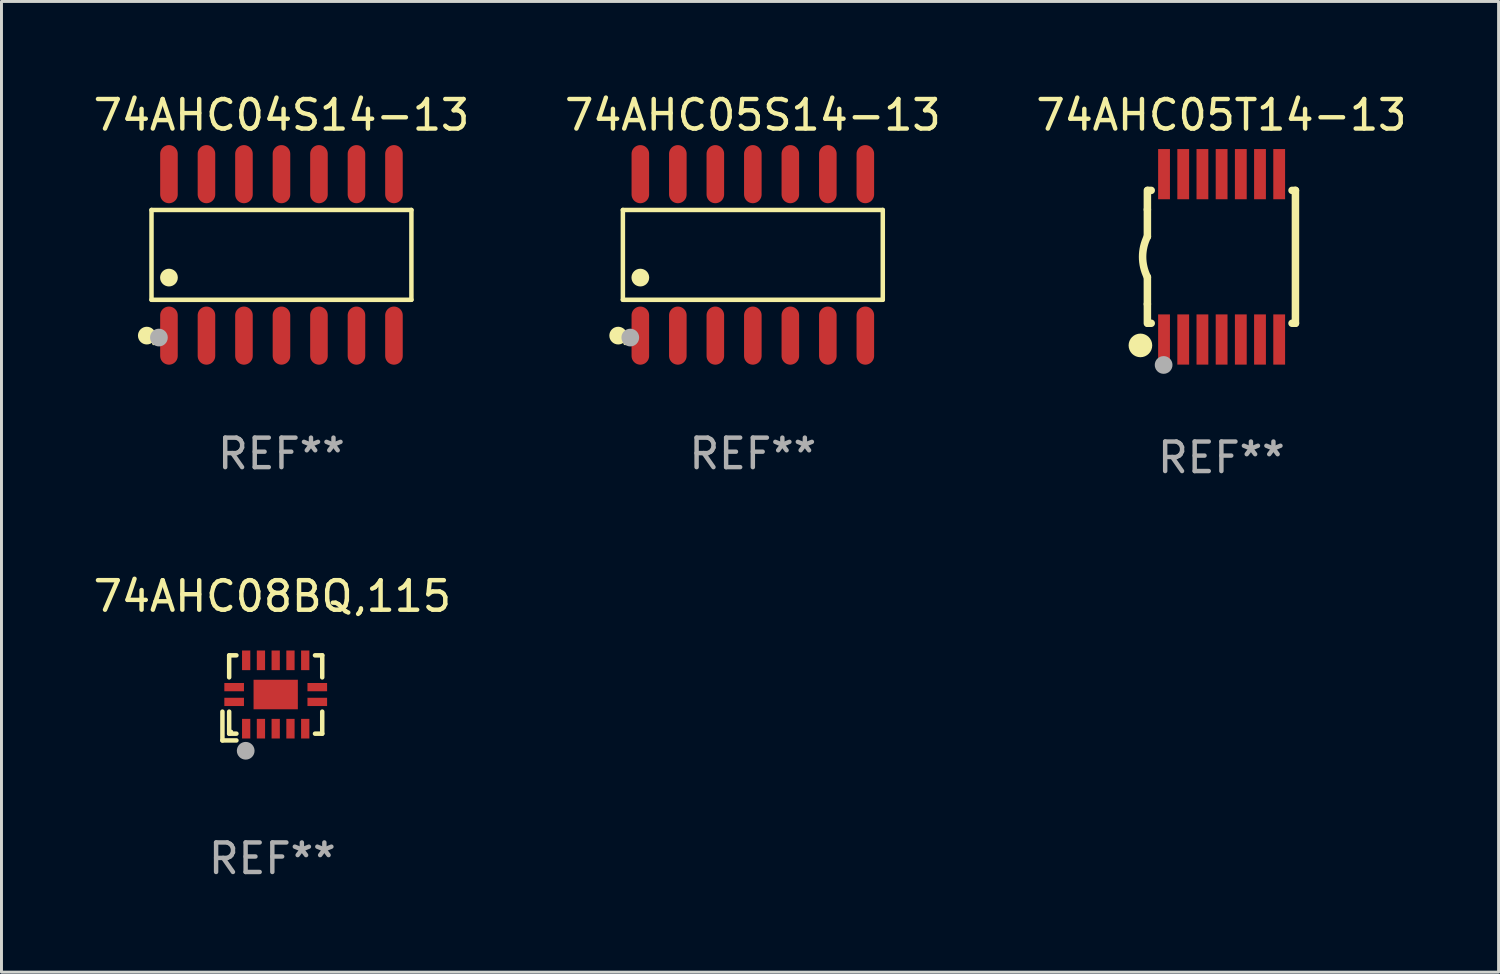
<source format=kicad_pcb>
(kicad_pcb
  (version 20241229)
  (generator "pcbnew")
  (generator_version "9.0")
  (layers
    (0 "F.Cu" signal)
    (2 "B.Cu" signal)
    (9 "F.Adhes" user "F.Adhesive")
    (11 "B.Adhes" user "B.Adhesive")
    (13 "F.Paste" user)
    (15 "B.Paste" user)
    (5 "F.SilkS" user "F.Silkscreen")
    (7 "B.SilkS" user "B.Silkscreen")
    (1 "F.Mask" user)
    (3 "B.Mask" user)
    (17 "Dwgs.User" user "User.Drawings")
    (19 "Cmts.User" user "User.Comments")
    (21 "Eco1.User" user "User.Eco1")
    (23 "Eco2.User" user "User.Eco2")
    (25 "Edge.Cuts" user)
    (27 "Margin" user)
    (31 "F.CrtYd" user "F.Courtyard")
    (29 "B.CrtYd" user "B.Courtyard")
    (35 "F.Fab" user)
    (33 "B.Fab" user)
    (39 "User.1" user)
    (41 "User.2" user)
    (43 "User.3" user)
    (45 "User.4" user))
  (footprint "74AHC08BQ,115"
    (layer "F.Cu")
    (at 6.173 20.585)
    (property "Reference" "74AHC08BQ,115" (at 0 -3.441 0) (layer "F.SilkS") (effects (font (size 1 1) (thickness 0.15))))
    (attr through_hole)
    (fp_line (start -1.69 1.441) (end -1.69 0.466) (stroke (width 0.152) (type solid)) (layer "F.SilkS"))
    (fp_line (start -1.462 -1.441) (end -1.216 -1.441) (stroke (width 0.152) (type solid)) (layer "F.SilkS"))
    (fp_line (start -1.462 -0.695) (end -1.462 -1.441) (stroke (width 0.152) (type solid)) (layer "F.SilkS"))
    (fp_line (start -1.462 0.466) (end -1.462 1.212) (stroke (width 0.152) (type solid)) (layer "F.SilkS"))
    (fp_line (start -1.462 1.212) (end -1.216 1.212) (stroke (width 0.152) (type solid)) (layer "F.SilkS"))
    (fp_line (start -1.216 1.441) (end -1.69 1.441) (stroke (width 0.152) (type solid)) (layer "F.SilkS"))
    (fp_line (start 1.69 -1.441) (end 1.445 -1.441) (stroke (width 0.152) (type solid)) (layer "F.SilkS"))
    (fp_line (start 1.69 -0.695) (end 1.69 -1.441) (stroke (width 0.152) (type solid)) (layer "F.SilkS"))
    (fp_line (start 1.69 0.466) (end 1.69 1.212) (stroke (width 0.152) (type solid)) (layer "F.SilkS"))
    (fp_line (start 1.69 1.212) (end 1.445 1.212) (stroke (width 0.152) (type solid)) (layer "F.SilkS"))
    (fp_circle (center -1.386 1.136) (end -1.356 1.136) (stroke (width 0.06) (type solid)) (fill no) (layer "F.SilkS"))
    (fp_circle (center -0.902 1.791) (end -0.752 1.791) (stroke (width 0.3) (type solid)) (fill no) (layer "F.Fab"))
    (fp_text user "REF**" (at 0 5.441 0) (layer "F.Fab") (effects (font (size 1 1) (thickness 0.15))))
    (pad "1" smd rect (at -0.886 1.043) (size 0.28 0.665) (layers "F.Cu" "F.Mask" "F.Paste"))
    (pad "2" smd rect (at -0.386 1.043) (size 0.28 0.665) (layers "F.Cu" "F.Mask" "F.Paste"))
    (pad "3" smd rect (at 0.114 1.043) (size 0.28 0.665) (layers "F.Cu" "F.Mask" "F.Paste"))
    (pad "4" smd rect (at 0.614 1.043) (size 0.28 0.665) (layers "F.Cu" "F.Mask" "F.Paste"))
    (pad "5" smd rect (at 1.114 1.043) (size 0.28 0.665) (layers "F.Cu" "F.Mask" "F.Paste"))
    (pad "6" smd rect (at 1.522 0.136) (size 0.665 0.28) (layers "F.Cu" "F.Mask" "F.Paste"))
    (pad "7" smd rect (at 1.522 -0.364) (size 0.665 0.28) (layers "F.Cu" "F.Mask" "F.Paste"))
    (pad "8" smd rect (at 1.114 -1.272) (size 0.28 0.665) (layers "F.Cu" "F.Mask" "F.Paste"))
    (pad "9" smd rect (at 0.614 -1.272) (size 0.28 0.665) (layers "F.Cu" "F.Mask" "F.Paste"))
    (pad "10" smd rect (at 0.114 -1.272) (size 0.28 0.665) (layers "F.Cu" "F.Mask" "F.Paste"))
    (pad "11" smd rect (at -0.386 -1.272) (size 0.28 0.665) (layers "F.Cu" "F.Mask" "F.Paste"))
    (pad "12" smd rect (at -0.886 -1.272) (size 0.28 0.665) (layers "F.Cu" "F.Mask" "F.Paste"))
    (pad "13" smd rect (at -1.293 -0.364) (size 0.665 0.28) (layers "F.Cu" "F.Mask" "F.Paste"))
    (pad "14" smd rect (at -1.293 0.136) (size 0.665 0.28) (layers "F.Cu" "F.Mask" "F.Paste"))
    (pad "15" smd rect (at 0.114 -0.114) (size 1.5 1) (layers "F.Cu" "F.Mask" "F.Paste")))
  (footprint "74AHC05T14-13"
    (layer "F.Cu")
    (at 38.315 5.648)
    (property "Reference" "74AHC05T14-13" (at 0 -4.8 0) (layer "F.SilkS") (effects (font (size 1 1) (thickness 0.15))))
    (attr through_hole)
    (fp_line (start -2.507 -1.6) (end -2.507 -2.25) (stroke (width 0.254) (type solid)) (layer "F.SilkS"))
    (fp_line (start -2.507 -0.686) (end -2.507 -1.6) (stroke (width 0.254) (type solid)) (layer "F.SilkS"))
    (fp_line (start -2.507 1.6) (end -2.507 0.686) (stroke (width 0.254) (type solid)) (layer "F.SilkS"))
    (fp_line (start -2.507 1.6) (end -2.507 2.25) (stroke (width 0.254) (type solid)) (layer "F.SilkS"))
    (fp_line (start -2.493 -2.25) (end -2.377 -2.25) (stroke (width 0.254) (type solid)) (layer "F.SilkS"))
    (fp_line (start -2.377 2.25) (end -2.493 2.25) (stroke (width 0.254) (type solid)) (layer "F.SilkS"))
    (fp_line (start 2.392 -2.25) (end 2.507 -2.25) (stroke (width 0.254) (type solid)) (layer "F.SilkS"))
    (fp_line (start 2.507 -2.25) (end 2.507 2.25) (stroke (width 0.254) (type solid)) (layer "F.SilkS"))
    (fp_line (start 2.507 2.25) (end 2.392 2.25) (stroke (width 0.254) (type solid)) (layer "F.SilkS"))
    (fp_arc (start -2.507303 0.685802) (mid -2.669199 0) (end -2.507303 -0.685801) (stroke (width 0.254001) (type solid)) (layer "F.SilkS"))
    (fp_circle (center -2.743 3) (end -2.543 3) (stroke (width 0.4) (type solid)) (fill no) (layer "F.SilkS"))
    (fp_circle (center -2.493 3.2) (end -2.463 3.2) (stroke (width 0.06) (type solid)) (fill no) (layer "F.SilkS"))
    (fp_circle (center -1.957 3.662) (end -1.807 3.662) (stroke (width 0.3) (type solid)) (fill no) (layer "F.Fab"))
    (fp_text user "REF**" (at 0 6.8 0) (layer "F.Fab") (effects (font (size 1 1) (thickness 0.15))))
    (pad "1" smd rect (at -1.943 2.8) (size 0.4 1.7) (layers "F.Cu" "F.Mask" "F.Paste"))
    (pad "2" smd rect (at -1.293 2.8) (size 0.4 1.7) (layers "F.Cu" "F.Mask" "F.Paste"))
    (pad "3" smd rect (at -0.643 2.8) (size 0.4 1.7) (layers "F.Cu" "F.Mask" "F.Paste"))
    (pad "4" smd rect (at 0.007 2.8) (size 0.4 1.7) (layers "F.Cu" "F.Mask" "F.Paste"))
    (pad "5" smd rect (at 0.657 2.8) (size 0.4 1.7) (layers "F.Cu" "F.Mask" "F.Paste"))
    (pad "6" smd rect (at 1.307 2.8) (size 0.4 1.7) (layers "F.Cu" "F.Mask" "F.Paste"))
    (pad "7" smd rect (at 1.957 2.8) (size 0.4 1.7) (layers "F.Cu" "F.Mask" "F.Paste"))
    (pad "8" smd rect (at 1.957 -2.8) (size 0.4 1.7) (layers "F.Cu" "F.Mask" "F.Paste"))
    (pad "9" smd rect (at 1.307 -2.8) (size 0.4 1.7) (layers "F.Cu" "F.Mask" "F.Paste"))
    (pad "10" smd rect (at 0.657 -2.8) (size 0.4 1.7) (layers "F.Cu" "F.Mask" "F.Paste"))
    (pad "11" smd rect (at 0.007 -2.8) (size 0.4 1.7) (layers "F.Cu" "F.Mask" "F.Paste"))
    (pad "12" smd rect (at -0.643 -2.8) (size 0.4 1.7) (layers "F.Cu" "F.Mask" "F.Paste"))
    (pad "13" smd rect (at -1.293 -2.8) (size 0.4 1.7) (layers "F.Cu" "F.Mask" "F.Paste"))
    (pad "14" smd rect (at -1.943 -2.8) (size 0.4 1.7) (layers "F.Cu" "F.Mask" "F.Paste")))
  (footprint "74AHC05S14-13"
    (layer "F.Cu")
    (at 22.446 5.582)
    (property "Reference" "74AHC05S14-13" (at 0 -4.734 0) (layer "F.SilkS") (effects (font (size 1 1) (thickness 0.15))))
    (attr through_hole)
    (fp_line (start -4.401 -1.521) (end 4.401 -1.521) (stroke (width 0.152) (type solid)) (layer "F.SilkS"))
    (fp_line (start -4.401 1.521) (end -4.401 -1.521) (stroke (width 0.152) (type solid)) (layer "F.SilkS"))
    (fp_line (start 4.401 -1.521) (end 4.401 1.521) (stroke (width 0.152) (type solid)) (layer "F.SilkS"))
    (fp_line (start 4.401 1.521) (end -4.401 1.521) (stroke (width 0.152) (type solid)) (layer "F.SilkS"))
    (fp_circle (center -4.56 2.734) (end -4.41 2.734) (stroke (width 0.3) (type solid)) (fill no) (layer "F.SilkS"))
    (fp_circle (center -4.325 3) (end -4.295 3) (stroke (width 0.06) (type solid)) (fill no) (layer "F.SilkS"))
    (fp_circle (center -3.81 0.769) (end -3.66 0.769) (stroke (width 0.3) (type solid)) (fill no) (layer "F.SilkS"))
    (fp_circle (center -4.15 2.8) (end -4 2.8) (stroke (width 0.3) (type solid)) (fill no) (layer "F.Fab"))
    (fp_text user "REF**" (at 0 6.734 0) (layer "F.Fab") (effects (font (size 1 1) (thickness 0.15))))
    (pad "1" smd oval (at -3.81 2.734) (size 0.595 1.968) (layers "F.Cu" "F.Mask" "F.Paste"))
    (pad "2" smd oval (at -2.54 2.734) (size 0.595 1.968) (layers "F.Cu" "F.Mask" "F.Paste"))
    (pad "3" smd oval (at -1.27 2.734) (size 0.595 1.968) (layers "F.Cu" "F.Mask" "F.Paste"))
    (pad "4" smd oval (at 0 2.734) (size 0.595 1.968) (layers "F.Cu" "F.Mask" "F.Paste"))
    (pad "5" smd oval (at 1.27 2.734) (size 0.595 1.968) (layers "F.Cu" "F.Mask" "F.Paste"))
    (pad "6" smd oval (at 2.54 2.734) (size 0.595 1.968) (layers "F.Cu" "F.Mask" "F.Paste"))
    (pad "7" smd oval (at 3.81 2.734) (size 0.595 1.968) (layers "F.Cu" "F.Mask" "F.Paste"))
    (pad "8" smd oval (at 3.81 -2.734) (size 0.595 1.968) (layers "F.Cu" "F.Mask" "F.Paste"))
    (pad "9" smd oval (at 2.54 -2.734) (size 0.595 1.968) (layers "F.Cu" "F.Mask" "F.Paste"))
    (pad "10" smd oval (at 1.27 -2.734) (size 0.595 1.968) (layers "F.Cu" "F.Mask" "F.Paste"))
    (pad "11" smd oval (at 0 -2.734) (size 0.595 1.968) (layers "F.Cu" "F.Mask" "F.Paste"))
    (pad "12" smd oval (at -1.27 -2.734) (size 0.595 1.968) (layers "F.Cu" "F.Mask" "F.Paste"))
    (pad "13" smd oval (at -2.54 -2.734) (size 0.595 1.968) (layers "F.Cu" "F.Mask" "F.Paste"))
    (pad "14" smd oval (at -3.81 -2.734) (size 0.595 1.968) (layers "F.Cu" "F.Mask" "F.Paste")))
  (footprint "74AHC04S14-13"
    (layer "F.Cu")
    (at 6.482 5.582)
    (property "Reference" "74AHC04S14-13" (at 0 -4.734 0) (layer "F.SilkS") (effects (font (size 1 1) (thickness 0.15))))
    (attr through_hole)
    (fp_line (start -4.401 -1.521) (end 4.401 -1.521) (stroke (width 0.152) (type solid)) (layer "F.SilkS"))
    (fp_line (start -4.401 1.521) (end -4.401 -1.521) (stroke (width 0.152) (type solid)) (layer "F.SilkS"))
    (fp_line (start 4.401 -1.521) (end 4.401 1.521) (stroke (width 0.152) (type solid)) (layer "F.SilkS"))
    (fp_line (start 4.401 1.521) (end -4.401 1.521) (stroke (width 0.152) (type solid)) (layer "F.SilkS"))
    (fp_circle (center -4.56 2.734) (end -4.41 2.734) (stroke (width 0.3) (type solid)) (fill no) (layer "F.SilkS"))
    (fp_circle (center -4.325 3) (end -4.295 3) (stroke (width 0.06) (type solid)) (fill no) (layer "F.SilkS"))
    (fp_circle (center -3.81 0.769) (end -3.66 0.769) (stroke (width 0.3) (type solid)) (fill no) (layer "F.SilkS"))
    (fp_circle (center -4.15 2.8) (end -4 2.8) (stroke (width 0.3) (type solid)) (fill no) (layer "F.Fab"))
    (fp_text user "REF**" (at 0 6.734 0) (layer "F.Fab") (effects (font (size 1 1) (thickness 0.15))))
    (pad "1" smd oval (at -3.81 2.734) (size 0.595 1.968) (layers "F.Cu" "F.Mask" "F.Paste"))
    (pad "2" smd oval (at -2.54 2.734) (size 0.595 1.968) (layers "F.Cu" "F.Mask" "F.Paste"))
    (pad "3" smd oval (at -1.27 2.734) (size 0.595 1.968) (layers "F.Cu" "F.Mask" "F.Paste"))
    (pad "4" smd oval (at 0 2.734) (size 0.595 1.968) (layers "F.Cu" "F.Mask" "F.Paste"))
    (pad "5" smd oval (at 1.27 2.734) (size 0.595 1.968) (layers "F.Cu" "F.Mask" "F.Paste"))
    (pad "6" smd oval (at 2.54 2.734) (size 0.595 1.968) (layers "F.Cu" "F.Mask" "F.Paste"))
    (pad "7" smd oval (at 3.81 2.734) (size 0.595 1.968) (layers "F.Cu" "F.Mask" "F.Paste"))
    (pad "8" smd oval (at 3.81 -2.734) (size 0.595 1.968) (layers "F.Cu" "F.Mask" "F.Paste"))
    (pad "9" smd oval (at 2.54 -2.734) (size 0.595 1.968) (layers "F.Cu" "F.Mask" "F.Paste"))
    (pad "10" smd oval (at 1.27 -2.734) (size 0.595 1.968) (layers "F.Cu" "F.Mask" "F.Paste"))
    (pad "11" smd oval (at 0 -2.734) (size 0.595 1.968) (layers "F.Cu" "F.Mask" "F.Paste"))
    (pad "12" smd oval (at -1.27 -2.734) (size 0.595 1.968) (layers "F.Cu" "F.Mask" "F.Paste"))
    (pad "13" smd oval (at -2.54 -2.734) (size 0.595 1.968) (layers "F.Cu" "F.Mask" "F.Paste"))
    (pad "14" smd oval (at -3.81 -2.734) (size 0.595 1.968) (layers "F.Cu" "F.Mask" "F.Paste")))
  (gr_rect
    (start -3 -3)
    (end 47.702 29.874)
    (stroke (width 0.1) (type default))
    (fill no)
    (layer "Edge.Cuts")))
</source>
